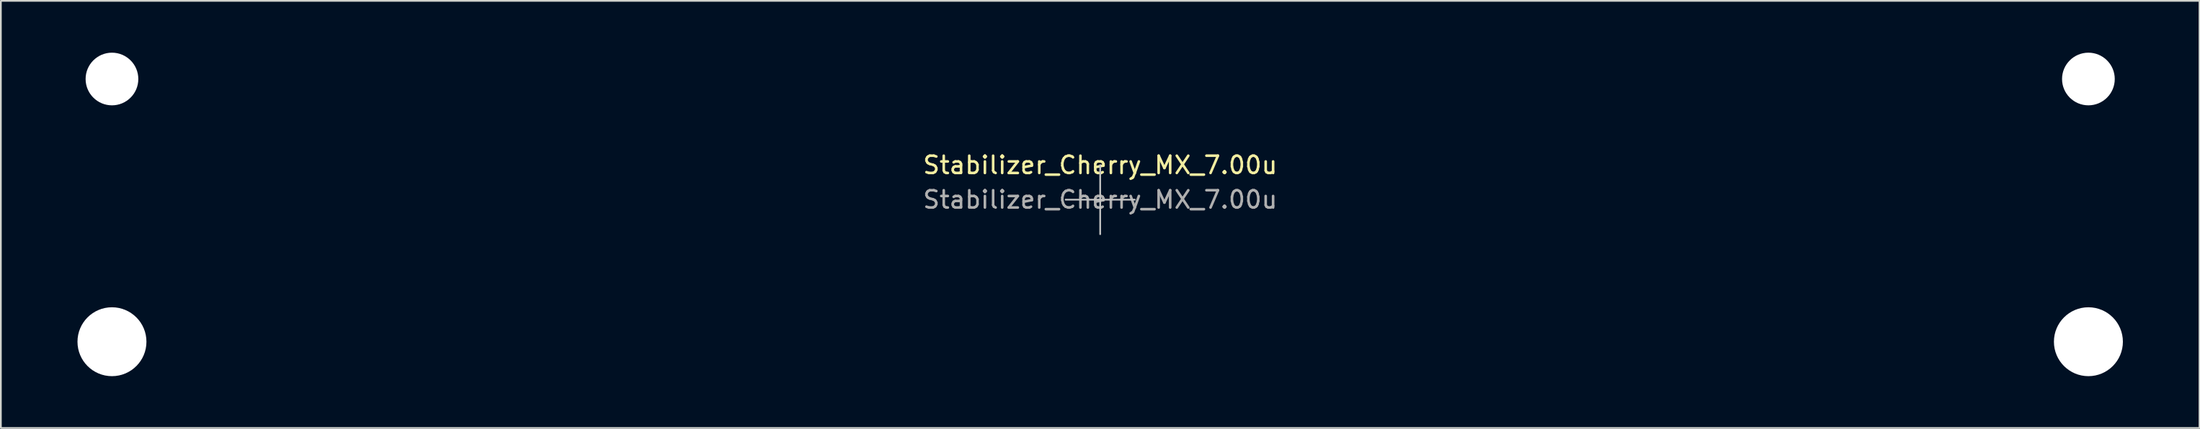
<source format=kicad_pcb>
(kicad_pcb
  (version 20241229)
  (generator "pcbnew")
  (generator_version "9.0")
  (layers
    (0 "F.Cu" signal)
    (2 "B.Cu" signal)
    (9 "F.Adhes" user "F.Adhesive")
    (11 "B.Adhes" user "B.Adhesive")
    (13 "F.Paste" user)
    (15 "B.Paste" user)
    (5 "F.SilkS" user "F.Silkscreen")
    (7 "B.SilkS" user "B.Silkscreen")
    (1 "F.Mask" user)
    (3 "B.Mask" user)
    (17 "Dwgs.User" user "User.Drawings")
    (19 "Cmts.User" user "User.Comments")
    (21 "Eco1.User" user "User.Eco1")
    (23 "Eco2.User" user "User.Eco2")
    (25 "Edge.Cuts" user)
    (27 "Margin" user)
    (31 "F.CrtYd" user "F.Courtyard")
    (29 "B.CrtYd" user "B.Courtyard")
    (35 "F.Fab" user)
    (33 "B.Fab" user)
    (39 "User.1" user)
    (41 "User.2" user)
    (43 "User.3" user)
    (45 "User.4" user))
  (footprint "Stabilizer_Cherry_MX_7.00u"
    (layer "F.Cu")
    (at 60.575 8.509)
    (property "Reference" "Stabilizer_Cherry_MX_7.00u" (at 0 -2 0) (layer "F.SilkS") (effects (font (size 1 1) (thickness 0.15))))
    (attr exclude_from_pos_files exclude_from_bom)
    (fp_line (start -2 0) (end 2 0) (stroke (width 0.1) (type solid)) (layer "Dwgs.User"))
    (fp_line (start 0 2) (end 0 -2) (stroke (width 0.1) (type solid)) (layer "Dwgs.User"))
    (fp_line (start -60.525 -5.53) (end -60.525 6.77) (stroke (width 0.1) (type solid)) (layer "Eco1.User"))
    (fp_line (start -60.525 6.77) (end -53.775 6.77) (stroke (width 0.1) (type solid)) (layer "Eco1.User"))
    (fp_line (start -53.775 -5.53) (end -60.525 -5.53) (stroke (width 0.1) (type solid)) (layer "Eco1.User"))
    (fp_line (start -53.775 6.77) (end -53.775 -5.53) (stroke (width 0.1) (type solid)) (layer "Eco1.User"))
    (fp_line (start 53.775 -5.53) (end 53.775 6.77) (stroke (width 0.1) (type solid)) (layer "Eco1.User"))
    (fp_line (start 53.775 6.77) (end 60.525 6.77) (stroke (width 0.1) (type solid)) (layer "Eco1.User"))
    (fp_line (start 60.525 -5.53) (end 53.775 -5.53) (stroke (width 0.1) (type solid)) (layer "Eco1.User"))
    (fp_line (start 60.525 6.77) (end 60.525 -5.53) (stroke (width 0.1) (type solid)) (layer "Eco1.User"))
    (fp_text user "${REFERENCE}" (at 0 0 0) (layer "F.Fab") (effects (font (size 1 1) (thickness 0.15))))
    (pad "" np_thru_hole circle (at -57.15 -6.985) (size 3.048 3.048) (drill 3.048) (layers "*.Cu" "*.Mask"))
    (pad "" np_thru_hole circle (at -57.15 8.225) (size 3.988 3.988) (drill 3.988) (layers "*.Cu" "*.Mask"))
    (pad "" np_thru_hole circle (at 57.15 -6.985) (size 3.048 3.048) (drill 3.048) (layers "*.Cu" "*.Mask"))
    (pad "" np_thru_hole circle (at 57.15 8.225) (size 3.988 3.988) (drill 3.988) (layers "*.Cu" "*.Mask")))
  (gr_rect
    (start -3 -3)
    (end 124.15 21.728)
    (stroke (width 0.1) (type default))
    (fill no)
    (layer "Edge.Cuts")))
</source>
